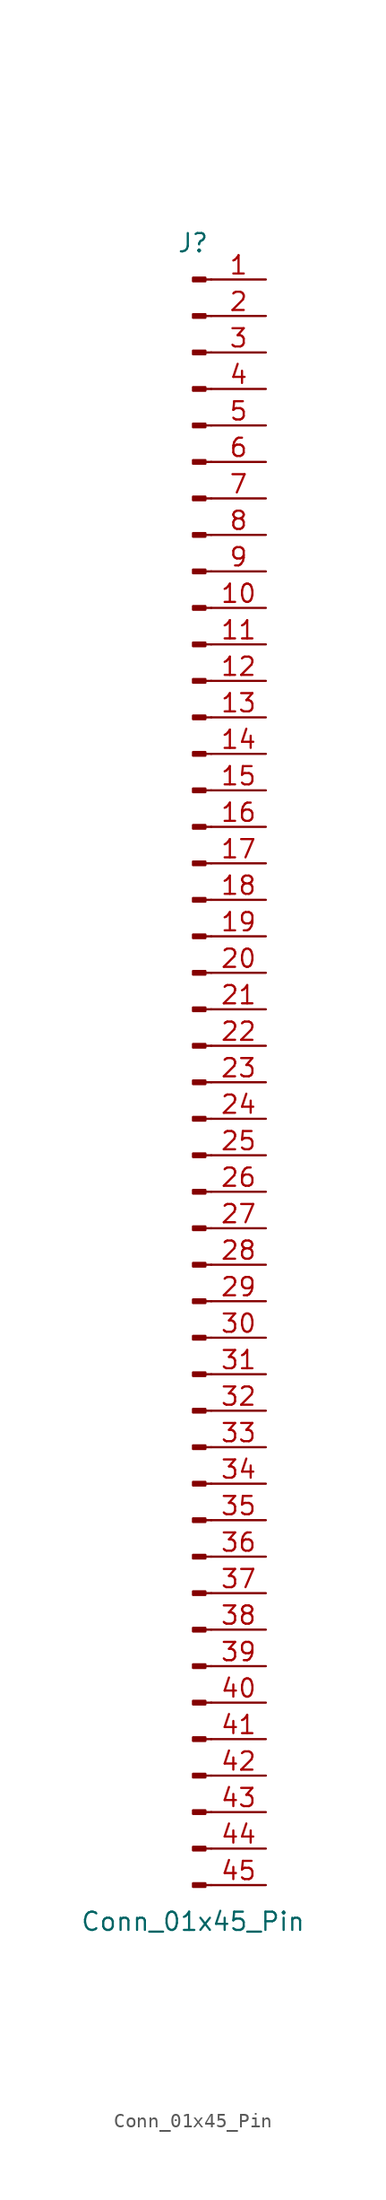
<source format=kicad_sym>
(kicad_symbol_lib
  (version 20241209)
  (generator "kicad_symbol_editor")
  (generator_version "9.0")
  (symbol "Conn_01x45_Pin"
    (pin_names
      (offset 1.016)
      (hide yes))
    (property "Reference" "J"
      (at 0 58.42 0)
      (effects (font (size 1.27 1.27))))
    (property "Value" "Conn_01x45_Pin"
      (at 0 -58.42 0)
      (effects (font (size 1.27 1.27))))
    (property "ki_locked" ""
      (at 0 0 0)
      (effects (font (size 1.27 1.27))))
    (symbol "Conn_01x45_Pin_1_1"
      (rectangle (start 0.864 56.007) (end 0 55.753) (stroke (width 0.152) (type default)) (fill (type outline)))
      (rectangle (start 0.864 53.467) (end 0 53.213) (stroke (width 0.152) (type default)) (fill (type outline)))
      (rectangle (start 0.864 50.927) (end 0 50.673) (stroke (width 0.152) (type default)) (fill (type outline)))
      (rectangle (start 0.864 48.387) (end 0 48.133) (stroke (width 0.152) (type default)) (fill (type outline)))
      (rectangle (start 0.864 45.847) (end 0 45.593) (stroke (width 0.152) (type default)) (fill (type outline)))
      (rectangle (start 0.864 43.307) (end 0 43.053) (stroke (width 0.152) (type default)) (fill (type outline)))
      (rectangle (start 0.864 40.767) (end 0 40.513) (stroke (width 0.152) (type default)) (fill (type outline)))
      (rectangle (start 0.864 38.227) (end 0 37.973) (stroke (width 0.152) (type default)) (fill (type outline)))
      (rectangle (start 0.864 35.687) (end 0 35.433) (stroke (width 0.152) (type default)) (fill (type outline)))
      (rectangle (start 0.864 33.147) (end 0 32.893) (stroke (width 0.152) (type default)) (fill (type outline)))
      (rectangle (start 0.864 30.607) (end 0 30.353) (stroke (width 0.152) (type default)) (fill (type outline)))
      (rectangle (start 0.864 28.067) (end 0 27.813) (stroke (width 0.152) (type default)) (fill (type outline)))
      (rectangle (start 0.864 25.527) (end 0 25.273) (stroke (width 0.152) (type default)) (fill (type outline)))
      (rectangle (start 0.864 22.987) (end 0 22.733) (stroke (width 0.152) (type default)) (fill (type outline)))
      (rectangle (start 0.864 20.447) (end 0 20.193) (stroke (width 0.152) (type default)) (fill (type outline)))
      (rectangle (start 0.864 17.907) (end 0 17.653) (stroke (width 0.152) (type default)) (fill (type outline)))
      (rectangle (start 0.864 15.367) (end 0 15.113) (stroke (width 0.152) (type default)) (fill (type outline)))
      (rectangle (start 0.864 12.827) (end 0 12.573) (stroke (width 0.152) (type default)) (fill (type outline)))
      (rectangle (start 0.864 10.287) (end 0 10.033) (stroke (width 0.152) (type default)) (fill (type outline)))
      (rectangle (start 0.864 7.747) (end 0 7.493) (stroke (width 0.152) (type default)) (fill (type outline)))
      (rectangle (start 0.864 5.207) (end 0 4.953) (stroke (width 0.152) (type default)) (fill (type outline)))
      (rectangle (start 0.864 2.667) (end 0 2.413) (stroke (width 0.152) (type default)) (fill (type outline)))
      (rectangle (start 0.864 0.127) (end 0 -0.127) (stroke (width 0.152) (type default)) (fill (type outline)))
      (rectangle (start 0.864 -2.413) (end 0 -2.667) (stroke (width 0.152) (type default)) (fill (type outline)))
      (rectangle (start 0.864 -4.953) (end 0 -5.207) (stroke (width 0.152) (type default)) (fill (type outline)))
      (rectangle (start 0.864 -7.493) (end 0 -7.747) (stroke (width 0.152) (type default)) (fill (type outline)))
      (rectangle (start 0.864 -10.033) (end 0 -10.287) (stroke (width 0.152) (type default)) (fill (type outline)))
      (rectangle (start 0.864 -12.573) (end 0 -12.827) (stroke (width 0.152) (type default)) (fill (type outline)))
      (rectangle (start 0.864 -15.113) (end 0 -15.367) (stroke (width 0.152) (type default)) (fill (type outline)))
      (rectangle (start 0.864 -17.653) (end 0 -17.907) (stroke (width 0.152) (type default)) (fill (type outline)))
      (rectangle (start 0.864 -20.193) (end 0 -20.447) (stroke (width 0.152) (type default)) (fill (type outline)))
      (rectangle (start 0.864 -22.733) (end 0 -22.987) (stroke (width 0.152) (type default)) (fill (type outline)))
      (rectangle (start 0.864 -25.273) (end 0 -25.527) (stroke (width 0.152) (type default)) (fill (type outline)))
      (rectangle (start 0.864 -27.813) (end 0 -28.067) (stroke (width 0.152) (type default)) (fill (type outline)))
      (rectangle (start 0.864 -30.353) (end 0 -30.607) (stroke (width 0.152) (type default)) (fill (type outline)))
      (rectangle (start 0.864 -32.893) (end 0 -33.147) (stroke (width 0.152) (type default)) (fill (type outline)))
      (rectangle (start 0.864 -35.433) (end 0 -35.687) (stroke (width 0.152) (type default)) (fill (type outline)))
      (rectangle (start 0.864 -37.973) (end 0 -38.227) (stroke (width 0.152) (type default)) (fill (type outline)))
      (rectangle (start 0.864 -40.513) (end 0 -40.767) (stroke (width 0.152) (type default)) (fill (type outline)))
      (rectangle (start 0.864 -43.053) (end 0 -43.307) (stroke (width 0.152) (type default)) (fill (type outline)))
      (rectangle (start 0.864 -45.593) (end 0 -45.847) (stroke (width 0.152) (type default)) (fill (type outline)))
      (rectangle (start 0.864 -48.133) (end 0 -48.387) (stroke (width 0.152) (type default)) (fill (type outline)))
      (rectangle (start 0.864 -50.673) (end 0 -50.927) (stroke (width 0.152) (type default)) (fill (type outline)))
      (rectangle (start 0.864 -53.213) (end 0 -53.467) (stroke (width 0.152) (type default)) (fill (type outline)))
      (rectangle (start 0.864 -55.753) (end 0 -56.007) (stroke (width 0.152) (type default)) (fill (type outline)))
      (polyline (pts (xy 1.27 55.88) (xy 0.864 55.88)) (stroke (width 0.152) (type default)) (fill (type none)))
      (polyline (pts (xy 1.27 53.34) (xy 0.864 53.34)) (stroke (width 0.152) (type default)) (fill (type none)))
      (polyline (pts (xy 1.27 50.8) (xy 0.864 50.8)) (stroke (width 0.152) (type default)) (fill (type none)))
      (polyline (pts (xy 1.27 48.26) (xy 0.864 48.26)) (stroke (width 0.152) (type default)) (fill (type none)))
      (polyline (pts (xy 1.27 45.72) (xy 0.864 45.72)) (stroke (width 0.152) (type default)) (fill (type none)))
      (polyline (pts (xy 1.27 43.18) (xy 0.864 43.18)) (stroke (width 0.152) (type default)) (fill (type none)))
      (polyline (pts (xy 1.27 40.64) (xy 0.864 40.64)) (stroke (width 0.152) (type default)) (fill (type none)))
      (polyline (pts (xy 1.27 38.1) (xy 0.864 38.1)) (stroke (width 0.152) (type default)) (fill (type none)))
      (polyline (pts (xy 1.27 35.56) (xy 0.864 35.56)) (stroke (width 0.152) (type default)) (fill (type none)))
      (polyline (pts (xy 1.27 33.02) (xy 0.864 33.02)) (stroke (width 0.152) (type default)) (fill (type none)))
      (polyline (pts (xy 1.27 30.48) (xy 0.864 30.48)) (stroke (width 0.152) (type default)) (fill (type none)))
      (polyline (pts (xy 1.27 27.94) (xy 0.864 27.94)) (stroke (width 0.152) (type default)) (fill (type none)))
      (polyline (pts (xy 1.27 25.4) (xy 0.864 25.4)) (stroke (width 0.152) (type default)) (fill (type none)))
      (polyline (pts (xy 1.27 22.86) (xy 0.864 22.86)) (stroke (width 0.152) (type default)) (fill (type none)))
      (polyline (pts (xy 1.27 20.32) (xy 0.864 20.32)) (stroke (width 0.152) (type default)) (fill (type none)))
      (polyline (pts (xy 1.27 17.78) (xy 0.864 17.78)) (stroke (width 0.152) (type default)) (fill (type none)))
      (polyline (pts (xy 1.27 15.24) (xy 0.864 15.24)) (stroke (width 0.152) (type default)) (fill (type none)))
      (polyline (pts (xy 1.27 12.7) (xy 0.864 12.7)) (stroke (width 0.152) (type default)) (fill (type none)))
      (polyline (pts (xy 1.27 10.16) (xy 0.864 10.16)) (stroke (width 0.152) (type default)) (fill (type none)))
      (polyline (pts (xy 1.27 7.62) (xy 0.864 7.62)) (stroke (width 0.152) (type default)) (fill (type none)))
      (polyline (pts (xy 1.27 5.08) (xy 0.864 5.08)) (stroke (width 0.152) (type default)) (fill (type none)))
      (polyline (pts (xy 1.27 2.54) (xy 0.864 2.54)) (stroke (width 0.152) (type default)) (fill (type none)))
      (polyline (pts (xy 1.27 0) (xy 0.864 0)) (stroke (width 0.152) (type default)) (fill (type none)))
      (polyline (pts (xy 1.27 -2.54) (xy 0.864 -2.54)) (stroke (width 0.152) (type default)) (fill (type none)))
      (polyline (pts (xy 1.27 -5.08) (xy 0.864 -5.08)) (stroke (width 0.152) (type default)) (fill (type none)))
      (polyline (pts (xy 1.27 -7.62) (xy 0.864 -7.62)) (stroke (width 0.152) (type default)) (fill (type none)))
      (polyline (pts (xy 1.27 -10.16) (xy 0.864 -10.16)) (stroke (width 0.152) (type default)) (fill (type none)))
      (polyline (pts (xy 1.27 -12.7) (xy 0.864 -12.7)) (stroke (width 0.152) (type default)) (fill (type none)))
      (polyline (pts (xy 1.27 -15.24) (xy 0.864 -15.24)) (stroke (width 0.152) (type default)) (fill (type none)))
      (polyline (pts (xy 1.27 -17.78) (xy 0.864 -17.78)) (stroke (width 0.152) (type default)) (fill (type none)))
      (polyline (pts (xy 1.27 -20.32) (xy 0.864 -20.32)) (stroke (width 0.152) (type default)) (fill (type none)))
      (polyline (pts (xy 1.27 -22.86) (xy 0.864 -22.86)) (stroke (width 0.152) (type default)) (fill (type none)))
      (polyline (pts (xy 1.27 -25.4) (xy 0.864 -25.4)) (stroke (width 0.152) (type default)) (fill (type none)))
      (polyline (pts (xy 1.27 -27.94) (xy 0.864 -27.94)) (stroke (width 0.152) (type default)) (fill (type none)))
      (polyline (pts (xy 1.27 -30.48) (xy 0.864 -30.48)) (stroke (width 0.152) (type default)) (fill (type none)))
      (polyline (pts (xy 1.27 -33.02) (xy 0.864 -33.02)) (stroke (width 0.152) (type default)) (fill (type none)))
      (polyline (pts (xy 1.27 -35.56) (xy 0.864 -35.56)) (stroke (width 0.152) (type default)) (fill (type none)))
      (polyline (pts (xy 1.27 -38.1) (xy 0.864 -38.1)) (stroke (width 0.152) (type default)) (fill (type none)))
      (polyline (pts (xy 1.27 -40.64) (xy 0.864 -40.64)) (stroke (width 0.152) (type default)) (fill (type none)))
      (polyline (pts (xy 1.27 -43.18) (xy 0.864 -43.18)) (stroke (width 0.152) (type default)) (fill (type none)))
      (polyline (pts (xy 1.27 -45.72) (xy 0.864 -45.72)) (stroke (width 0.152) (type default)) (fill (type none)))
      (polyline (pts (xy 1.27 -48.26) (xy 0.864 -48.26)) (stroke (width 0.152) (type default)) (fill (type none)))
      (polyline (pts (xy 1.27 -50.8) (xy 0.864 -50.8)) (stroke (width 0.152) (type default)) (fill (type none)))
      (polyline (pts (xy 1.27 -53.34) (xy 0.864 -53.34)) (stroke (width 0.152) (type default)) (fill (type none)))
      (polyline (pts (xy 1.27 -55.88) (xy 0.864 -55.88)) (stroke (width 0.152) (type default)) (fill (type none)))
      (pin passive line (at 5.08 55.88 180) (length 3.81) (name "Pin_1" (effects (font (size 1.27 1.27)))) (number "1" (effects (font (size 1.27 1.27)))))
      (pin passive line (at 5.08 53.34 180) (length 3.81) (name "Pin_2" (effects (font (size 1.27 1.27)))) (number "2" (effects (font (size 1.27 1.27)))))
      (pin passive line (at 5.08 50.8 180) (length 3.81) (name "Pin_3" (effects (font (size 1.27 1.27)))) (number "3" (effects (font (size 1.27 1.27)))))
      (pin passive line (at 5.08 48.26 180) (length 3.81) (name "Pin_4" (effects (font (size 1.27 1.27)))) (number "4" (effects (font (size 1.27 1.27)))))
      (pin passive line (at 5.08 45.72 180) (length 3.81) (name "Pin_5" (effects (font (size 1.27 1.27)))) (number "5" (effects (font (size 1.27 1.27)))))
      (pin passive line (at 5.08 43.18 180) (length 3.81) (name "Pin_6" (effects (font (size 1.27 1.27)))) (number "6" (effects (font (size 1.27 1.27)))))
      (pin passive line (at 5.08 40.64 180) (length 3.81) (name "Pin_7" (effects (font (size 1.27 1.27)))) (number "7" (effects (font (size 1.27 1.27)))))
      (pin passive line (at 5.08 38.1 180) (length 3.81) (name "Pin_8" (effects (font (size 1.27 1.27)))) (number "8" (effects (font (size 1.27 1.27)))))
      (pin passive line (at 5.08 35.56 180) (length 3.81) (name "Pin_9" (effects (font (size 1.27 1.27)))) (number "9" (effects (font (size 1.27 1.27)))))
      (pin passive line (at 5.08 33.02 180) (length 3.81) (name "Pin_10" (effects (font (size 1.27 1.27)))) (number "10" (effects (font (size 1.27 1.27)))))
      (pin passive line (at 5.08 30.48 180) (length 3.81) (name "Pin_11" (effects (font (size 1.27 1.27)))) (number "11" (effects (font (size 1.27 1.27)))))
      (pin passive line (at 5.08 27.94 180) (length 3.81) (name "Pin_12" (effects (font (size 1.27 1.27)))) (number "12" (effects (font (size 1.27 1.27)))))
      (pin passive line (at 5.08 25.4 180) (length 3.81) (name "Pin_13" (effects (font (size 1.27 1.27)))) (number "13" (effects (font (size 1.27 1.27)))))
      (pin passive line (at 5.08 22.86 180) (length 3.81) (name "Pin_14" (effects (font (size 1.27 1.27)))) (number "14" (effects (font (size 1.27 1.27)))))
      (pin passive line (at 5.08 20.32 180) (length 3.81) (name "Pin_15" (effects (font (size 1.27 1.27)))) (number "15" (effects (font (size 1.27 1.27)))))
      (pin passive line (at 5.08 17.78 180) (length 3.81) (name "Pin_16" (effects (font (size 1.27 1.27)))) (number "16" (effects (font (size 1.27 1.27)))))
      (pin passive line (at 5.08 15.24 180) (length 3.81) (name "Pin_17" (effects (font (size 1.27 1.27)))) (number "17" (effects (font (size 1.27 1.27)))))
      (pin passive line (at 5.08 12.7 180) (length 3.81) (name "Pin_18" (effects (font (size 1.27 1.27)))) (number "18" (effects (font (size 1.27 1.27)))))
      (pin passive line (at 5.08 10.16 180) (length 3.81) (name "Pin_19" (effects (font (size 1.27 1.27)))) (number "19" (effects (font (size 1.27 1.27)))))
      (pin passive line (at 5.08 7.62 180) (length 3.81) (name "Pin_20" (effects (font (size 1.27 1.27)))) (number "20" (effects (font (size 1.27 1.27)))))
      (pin passive line (at 5.08 5.08 180) (length 3.81) (name "Pin_21" (effects (font (size 1.27 1.27)))) (number "21" (effects (font (size 1.27 1.27)))))
      (pin passive line (at 5.08 2.54 180) (length 3.81) (name "Pin_22" (effects (font (size 1.27 1.27)))) (number "22" (effects (font (size 1.27 1.27)))))
      (pin passive line (at 5.08 0 180) (length 3.81) (name "Pin_23" (effects (font (size 1.27 1.27)))) (number "23" (effects (font (size 1.27 1.27)))))
      (pin passive line (at 5.08 -2.54 180) (length 3.81) (name "Pin_24" (effects (font (size 1.27 1.27)))) (number "24" (effects (font (size 1.27 1.27)))))
      (pin passive line (at 5.08 -5.08 180) (length 3.81) (name "Pin_25" (effects (font (size 1.27 1.27)))) (number "25" (effects (font (size 1.27 1.27)))))
      (pin passive line (at 5.08 -7.62 180) (length 3.81) (name "Pin_26" (effects (font (size 1.27 1.27)))) (number "26" (effects (font (size 1.27 1.27)))))
      (pin passive line (at 5.08 -10.16 180) (length 3.81) (name "Pin_27" (effects (font (size 1.27 1.27)))) (number "27" (effects (font (size 1.27 1.27)))))
      (pin passive line (at 5.08 -12.7 180) (length 3.81) (name "Pin_28" (effects (font (size 1.27 1.27)))) (number "28" (effects (font (size 1.27 1.27)))))
      (pin passive line (at 5.08 -15.24 180) (length 3.81) (name "Pin_29" (effects (font (size 1.27 1.27)))) (number "29" (effects (font (size 1.27 1.27)))))
      (pin passive line (at 5.08 -17.78 180) (length 3.81) (name "Pin_30" (effects (font (size 1.27 1.27)))) (number "30" (effects (font (size 1.27 1.27)))))
      (pin passive line (at 5.08 -20.32 180) (length 3.81) (name "Pin_31" (effects (font (size 1.27 1.27)))) (number "31" (effects (font (size 1.27 1.27)))))
      (pin passive line (at 5.08 -22.86 180) (length 3.81) (name "Pin_32" (effects (font (size 1.27 1.27)))) (number "32" (effects (font (size 1.27 1.27)))))
      (pin passive line (at 5.08 -25.4 180) (length 3.81) (name "Pin_33" (effects (font (size 1.27 1.27)))) (number "33" (effects (font (size 1.27 1.27)))))
      (pin passive line (at 5.08 -27.94 180) (length 3.81) (name "Pin_34" (effects (font (size 1.27 1.27)))) (number "34" (effects (font (size 1.27 1.27)))))
      (pin passive line (at 5.08 -30.48 180) (length 3.81) (name "Pin_35" (effects (font (size 1.27 1.27)))) (number "35" (effects (font (size 1.27 1.27)))))
      (pin passive line (at 5.08 -33.02 180) (length 3.81) (name "Pin_36" (effects (font (size 1.27 1.27)))) (number "36" (effects (font (size 1.27 1.27)))))
      (pin passive line (at 5.08 -35.56 180) (length 3.81) (name "Pin_37" (effects (font (size 1.27 1.27)))) (number "37" (effects (font (size 1.27 1.27)))))
      (pin passive line (at 5.08 -38.1 180) (length 3.81) (name "Pin_38" (effects (font (size 1.27 1.27)))) (number "38" (effects (font (size 1.27 1.27)))))
      (pin passive line (at 5.08 -40.64 180) (length 3.81) (name "Pin_39" (effects (font (size 1.27 1.27)))) (number "39" (effects (font (size 1.27 1.27)))))
      (pin passive line (at 5.08 -43.18 180) (length 3.81) (name "Pin_40" (effects (font (size 1.27 1.27)))) (number "40" (effects (font (size 1.27 1.27)))))
      (pin passive line (at 5.08 -45.72 180) (length 3.81) (name "Pin_41" (effects (font (size 1.27 1.27)))) (number "41" (effects (font (size 1.27 1.27)))))
      (pin passive line (at 5.08 -48.26 180) (length 3.81) (name "Pin_42" (effects (font (size 1.27 1.27)))) (number "42" (effects (font (size 1.27 1.27)))))
      (pin passive line (at 5.08 -50.8 180) (length 3.81) (name "Pin_43" (effects (font (size 1.27 1.27)))) (number "43" (effects (font (size 1.27 1.27)))))
      (pin passive line (at 5.08 -53.34 180) (length 3.81) (name "Pin_44" (effects (font (size 1.27 1.27)))) (number "44" (effects (font (size 1.27 1.27)))))
      (pin passive line (at 5.08 -55.88 180) (length 3.81) (name "Pin_45" (effects (font (size 1.27 1.27)))) (number "45" (effects (font (size 1.27 1.27))))))))
</source>
